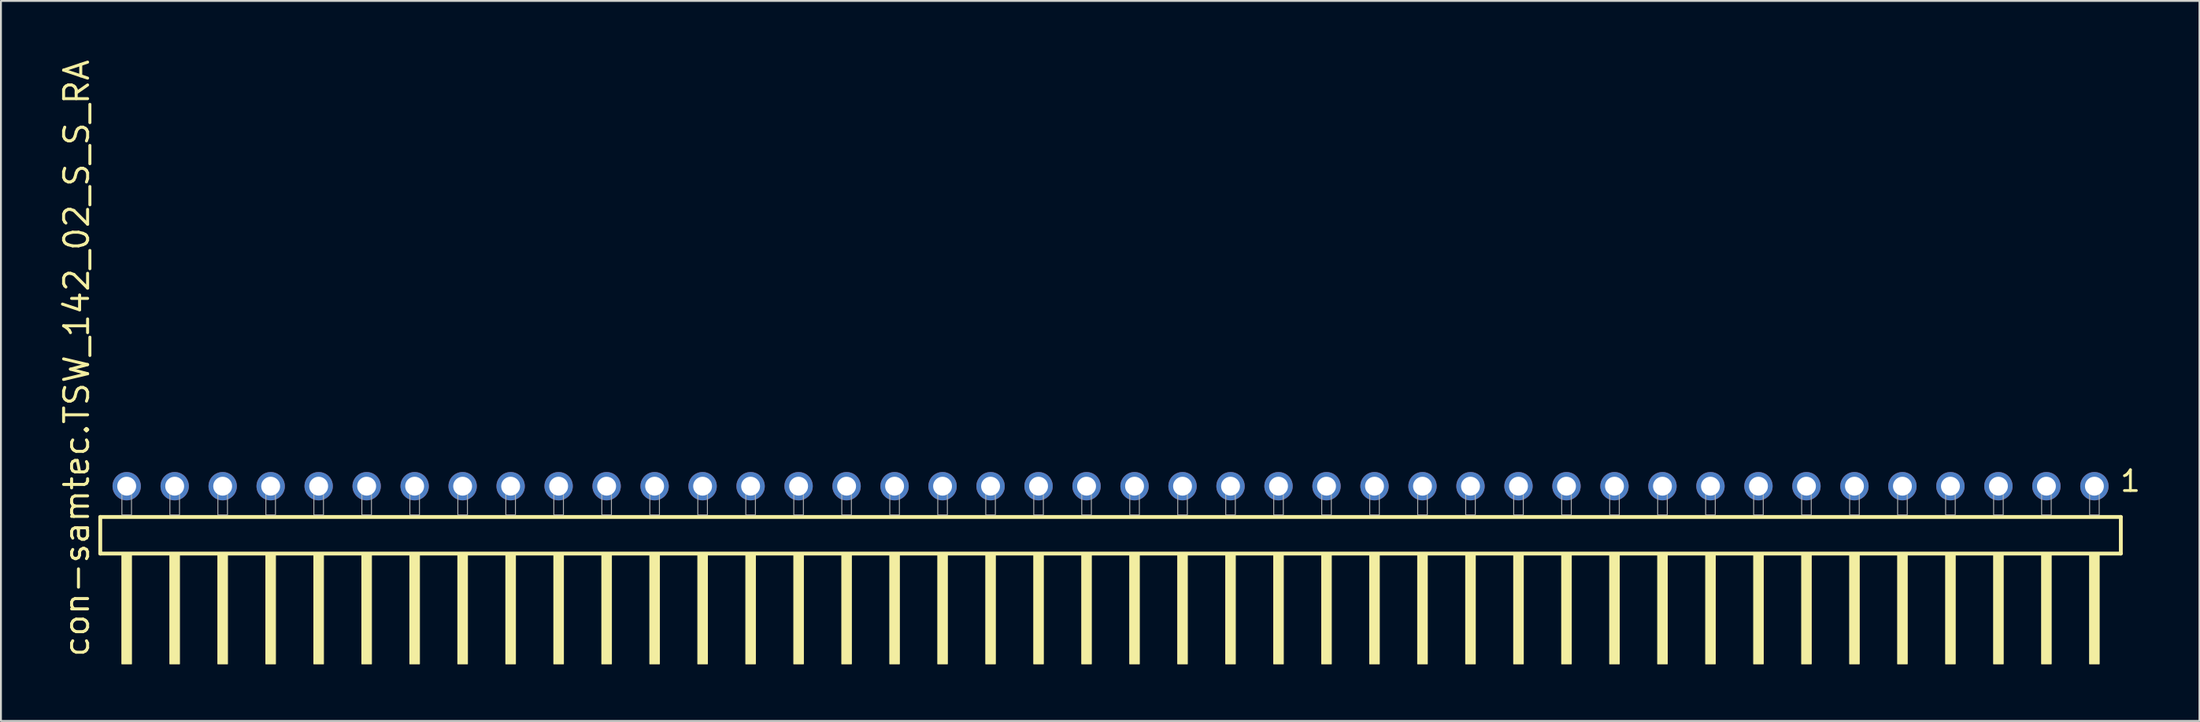
<source format=kicad_pcb>
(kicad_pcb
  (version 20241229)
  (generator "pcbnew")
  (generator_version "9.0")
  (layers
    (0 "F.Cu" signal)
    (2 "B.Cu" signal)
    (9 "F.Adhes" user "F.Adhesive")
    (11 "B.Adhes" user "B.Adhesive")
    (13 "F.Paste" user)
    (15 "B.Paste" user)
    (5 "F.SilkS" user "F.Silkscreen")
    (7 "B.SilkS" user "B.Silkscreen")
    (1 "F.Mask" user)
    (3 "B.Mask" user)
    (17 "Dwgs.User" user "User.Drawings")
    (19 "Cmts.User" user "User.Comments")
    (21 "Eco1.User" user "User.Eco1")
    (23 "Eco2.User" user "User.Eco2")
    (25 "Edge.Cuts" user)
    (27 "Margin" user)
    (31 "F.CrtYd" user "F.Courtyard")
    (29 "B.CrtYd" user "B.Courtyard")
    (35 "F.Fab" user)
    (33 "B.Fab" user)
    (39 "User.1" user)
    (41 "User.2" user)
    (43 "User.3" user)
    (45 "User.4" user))
  (footprint "con-samtec.TSW_142_02_S_S_RA"
    (layer "F.Cu")
    (at 55.725 24.235)
    (property "Reference" "con-samtec.TSW_142_02_S_S_RA" (at -53.975 7.62 90) (layer "F.SilkS") (effects (font (size 1.27 1.27) (thickness 0.16)) (justify left bottom)))
    (attr through_hole)
    (fp_line (start -53.469 0.106) (end -53.469 2.046) (stroke (width 0.203) (type default)) (layer "F.SilkS"))
    (fp_line (start -53.469 2.046) (end 53.469 2.046) (stroke (width 0.203) (type default)) (layer "F.SilkS"))
    (fp_line (start 53.469 0.106) (end -53.469 0.106) (stroke (width 0.203) (type default)) (layer "F.SilkS"))
    (fp_line (start 53.469 2.046) (end 53.469 0.106) (stroke (width 0.203) (type default)) (layer "F.SilkS"))
    (fp_rect (start -52.324 7.89) (end -51.816 2.04) (stroke (width 0.05) (type default)) (fill yes) (layer "F.SilkS"))
    (fp_rect (start -49.784 7.89) (end -49.276 2.04) (stroke (width 0.05) (type default)) (fill yes) (layer "F.SilkS"))
    (fp_rect (start -47.244 7.89) (end -46.736 2.04) (stroke (width 0.05) (type default)) (fill yes) (layer "F.SilkS"))
    (fp_rect (start -44.704 7.89) (end -44.196 2.04) (stroke (width 0.05) (type default)) (fill yes) (layer "F.SilkS"))
    (fp_rect (start -42.164 7.89) (end -41.656 2.04) (stroke (width 0.05) (type default)) (fill yes) (layer "F.SilkS"))
    (fp_rect (start -39.624 7.89) (end -39.116 2.04) (stroke (width 0.05) (type default)) (fill yes) (layer "F.SilkS"))
    (fp_rect (start -37.084 7.89) (end -36.576 2.04) (stroke (width 0.05) (type default)) (fill yes) (layer "F.SilkS"))
    (fp_rect (start -34.544 7.89) (end -34.036 2.04) (stroke (width 0.05) (type default)) (fill yes) (layer "F.SilkS"))
    (fp_rect (start -32.004 7.89) (end -31.496 2.04) (stroke (width 0.05) (type default)) (fill yes) (layer "F.SilkS"))
    (fp_rect (start -29.464 7.89) (end -28.956 2.04) (stroke (width 0.05) (type default)) (fill yes) (layer "F.SilkS"))
    (fp_rect (start -26.924 7.89) (end -26.416 2.04) (stroke (width 0.05) (type default)) (fill yes) (layer "F.SilkS"))
    (fp_rect (start -24.384 7.89) (end -23.876 2.04) (stroke (width 0.05) (type default)) (fill yes) (layer "F.SilkS"))
    (fp_rect (start -21.844 7.89) (end -21.336 2.04) (stroke (width 0.05) (type default)) (fill yes) (layer "F.SilkS"))
    (fp_rect (start -19.304 7.89) (end -18.796 2.04) (stroke (width 0.05) (type default)) (fill yes) (layer "F.SilkS"))
    (fp_rect (start -16.764 7.89) (end -16.256 2.04) (stroke (width 0.05) (type default)) (fill yes) (layer "F.SilkS"))
    (fp_rect (start -14.224 7.89) (end -13.716 2.04) (stroke (width 0.05) (type default)) (fill yes) (layer "F.SilkS"))
    (fp_rect (start -11.684 7.89) (end -11.176 2.04) (stroke (width 0.05) (type default)) (fill yes) (layer "F.SilkS"))
    (fp_rect (start -9.144 7.89) (end -8.636 2.04) (stroke (width 0.05) (type default)) (fill yes) (layer "F.SilkS"))
    (fp_rect (start -6.604 7.89) (end -6.096 2.04) (stroke (width 0.05) (type default)) (fill yes) (layer "F.SilkS"))
    (fp_rect (start -4.064 7.89) (end -3.556 2.04) (stroke (width 0.05) (type default)) (fill yes) (layer "F.SilkS"))
    (fp_rect (start -1.524 7.89) (end -1.016 2.04) (stroke (width 0.05) (type default)) (fill yes) (layer "F.SilkS"))
    (fp_rect (start 1.016 7.89) (end 1.524 2.04) (stroke (width 0.05) (type default)) (fill yes) (layer "F.SilkS"))
    (fp_rect (start 3.556 7.89) (end 4.064 2.04) (stroke (width 0.05) (type default)) (fill yes) (layer "F.SilkS"))
    (fp_rect (start 6.096 7.89) (end 6.604 2.04) (stroke (width 0.05) (type default)) (fill yes) (layer "F.SilkS"))
    (fp_rect (start 8.636 7.89) (end 9.144 2.04) (stroke (width 0.05) (type default)) (fill yes) (layer "F.SilkS"))
    (fp_rect (start 11.176 7.89) (end 11.684 2.04) (stroke (width 0.05) (type default)) (fill yes) (layer "F.SilkS"))
    (fp_rect (start 13.716 7.89) (end 14.224 2.04) (stroke (width 0.05) (type default)) (fill yes) (layer "F.SilkS"))
    (fp_rect (start 16.256 7.89) (end 16.764 2.04) (stroke (width 0.05) (type default)) (fill yes) (layer "F.SilkS"))
    (fp_rect (start 18.796 7.89) (end 19.304 2.04) (stroke (width 0.05) (type default)) (fill yes) (layer "F.SilkS"))
    (fp_rect (start 21.336 7.89) (end 21.844 2.04) (stroke (width 0.05) (type default)) (fill yes) (layer "F.SilkS"))
    (fp_rect (start 23.876 7.89) (end 24.384 2.04) (stroke (width 0.05) (type default)) (fill yes) (layer "F.SilkS"))
    (fp_rect (start 26.416 7.89) (end 26.924 2.04) (stroke (width 0.05) (type default)) (fill yes) (layer "F.SilkS"))
    (fp_rect (start 28.956 7.89) (end 29.464 2.04) (stroke (width 0.05) (type default)) (fill yes) (layer "F.SilkS"))
    (fp_rect (start 31.496 7.89) (end 32.004 2.04) (stroke (width 0.05) (type default)) (fill yes) (layer "F.SilkS"))
    (fp_rect (start 34.036 7.89) (end 34.544 2.04) (stroke (width 0.05) (type default)) (fill yes) (layer "F.SilkS"))
    (fp_rect (start 36.576 7.89) (end 37.084 2.04) (stroke (width 0.05) (type default)) (fill yes) (layer "F.SilkS"))
    (fp_rect (start 39.116 7.89) (end 39.624 2.04) (stroke (width 0.05) (type default)) (fill yes) (layer "F.SilkS"))
    (fp_rect (start 41.656 7.89) (end 42.164 2.04) (stroke (width 0.05) (type default)) (fill yes) (layer "F.SilkS"))
    (fp_rect (start 44.196 7.89) (end 44.704 2.04) (stroke (width 0.05) (type default)) (fill yes) (layer "F.SilkS"))
    (fp_rect (start 46.736 7.89) (end 47.244 2.04) (stroke (width 0.05) (type default)) (fill yes) (layer "F.SilkS"))
    (fp_rect (start 49.276 7.89) (end 49.784 2.04) (stroke (width 0.05) (type default)) (fill yes) (layer "F.SilkS"))
    (fp_rect (start 51.816 7.89) (end 52.324 2.04) (stroke (width 0.05) (type default)) (fill yes) (layer "F.SilkS"))
    (fp_rect (start -52.324 0) (end -51.816 -1.778) (stroke (width 0.05) (type default)) (fill no) (layer "F.Fab"))
    (fp_rect (start -49.784 0) (end -49.276 -1.778) (stroke (width 0.05) (type default)) (fill no) (layer "F.Fab"))
    (fp_rect (start -47.244 0) (end -46.736 -1.778) (stroke (width 0.05) (type default)) (fill no) (layer "F.Fab"))
    (fp_rect (start -44.704 0) (end -44.196 -1.778) (stroke (width 0.05) (type default)) (fill no) (layer "F.Fab"))
    (fp_rect (start -42.164 0) (end -41.656 -1.778) (stroke (width 0.05) (type default)) (fill no) (layer "F.Fab"))
    (fp_rect (start -39.624 0) (end -39.116 -1.778) (stroke (width 0.05) (type default)) (fill no) (layer "F.Fab"))
    (fp_rect (start -37.084 0) (end -36.576 -1.778) (stroke (width 0.05) (type default)) (fill no) (layer "F.Fab"))
    (fp_rect (start -34.544 0) (end -34.036 -1.778) (stroke (width 0.05) (type default)) (fill no) (layer "F.Fab"))
    (fp_rect (start -32.004 0) (end -31.496 -1.778) (stroke (width 0.05) (type default)) (fill no) (layer "F.Fab"))
    (fp_rect (start -29.464 0) (end -28.956 -1.778) (stroke (width 0.05) (type default)) (fill no) (layer "F.Fab"))
    (fp_rect (start -26.924 0) (end -26.416 -1.778) (stroke (width 0.05) (type default)) (fill no) (layer "F.Fab"))
    (fp_rect (start -24.384 0) (end -23.876 -1.778) (stroke (width 0.05) (type default)) (fill no) (layer "F.Fab"))
    (fp_rect (start -21.844 0) (end -21.336 -1.778) (stroke (width 0.05) (type default)) (fill no) (layer "F.Fab"))
    (fp_rect (start -19.304 0) (end -18.796 -1.778) (stroke (width 0.05) (type default)) (fill no) (layer "F.Fab"))
    (fp_rect (start -16.764 0) (end -16.256 -1.778) (stroke (width 0.05) (type default)) (fill no) (layer "F.Fab"))
    (fp_rect (start -14.224 0) (end -13.716 -1.778) (stroke (width 0.05) (type default)) (fill no) (layer "F.Fab"))
    (fp_rect (start -11.684 0) (end -11.176 -1.778) (stroke (width 0.05) (type default)) (fill no) (layer "F.Fab"))
    (fp_rect (start -9.144 0) (end -8.636 -1.778) (stroke (width 0.05) (type default)) (fill no) (layer "F.Fab"))
    (fp_rect (start -6.604 0) (end -6.096 -1.778) (stroke (width 0.05) (type default)) (fill no) (layer "F.Fab"))
    (fp_rect (start -4.064 0) (end -3.556 -1.778) (stroke (width 0.05) (type default)) (fill no) (layer "F.Fab"))
    (fp_rect (start -1.524 0) (end -1.016 -1.778) (stroke (width 0.05) (type default)) (fill no) (layer "F.Fab"))
    (fp_rect (start 1.016 0) (end 1.524 -1.778) (stroke (width 0.05) (type default)) (fill no) (layer "F.Fab"))
    (fp_rect (start 3.556 0) (end 4.064 -1.778) (stroke (width 0.05) (type default)) (fill no) (layer "F.Fab"))
    (fp_rect (start 6.096 0) (end 6.604 -1.778) (stroke (width 0.05) (type default)) (fill no) (layer "F.Fab"))
    (fp_rect (start 8.636 0) (end 9.144 -1.778) (stroke (width 0.05) (type default)) (fill no) (layer "F.Fab"))
    (fp_rect (start 11.176 0) (end 11.684 -1.778) (stroke (width 0.05) (type default)) (fill no) (layer "F.Fab"))
    (fp_rect (start 13.716 0) (end 14.224 -1.778) (stroke (width 0.05) (type default)) (fill no) (layer "F.Fab"))
    (fp_rect (start 16.256 0) (end 16.764 -1.778) (stroke (width 0.05) (type default)) (fill no) (layer "F.Fab"))
    (fp_rect (start 18.796 0) (end 19.304 -1.778) (stroke (width 0.05) (type default)) (fill no) (layer "F.Fab"))
    (fp_rect (start 21.336 0) (end 21.844 -1.778) (stroke (width 0.05) (type default)) (fill no) (layer "F.Fab"))
    (fp_rect (start 23.876 0) (end 24.384 -1.778) (stroke (width 0.05) (type default)) (fill no) (layer "F.Fab"))
    (fp_rect (start 26.416 0) (end 26.924 -1.778) (stroke (width 0.05) (type default)) (fill no) (layer "F.Fab"))
    (fp_rect (start 28.956 0) (end 29.464 -1.778) (stroke (width 0.05) (type default)) (fill no) (layer "F.Fab"))
    (fp_rect (start 31.496 0) (end 32.004 -1.778) (stroke (width 0.05) (type default)) (fill no) (layer "F.Fab"))
    (fp_rect (start 34.036 0) (end 34.544 -1.778) (stroke (width 0.05) (type default)) (fill no) (layer "F.Fab"))
    (fp_rect (start 36.576 0) (end 37.084 -1.778) (stroke (width 0.05) (type default)) (fill no) (layer "F.Fab"))
    (fp_rect (start 39.116 0) (end 39.624 -1.778) (stroke (width 0.05) (type default)) (fill no) (layer "F.Fab"))
    (fp_rect (start 41.656 0) (end 42.164 -1.778) (stroke (width 0.05) (type default)) (fill no) (layer "F.Fab"))
    (fp_rect (start 44.196 0) (end 44.704 -1.778) (stroke (width 0.05) (type default)) (fill no) (layer "F.Fab"))
    (fp_rect (start 46.736 0) (end 47.244 -1.778) (stroke (width 0.05) (type default)) (fill no) (layer "F.Fab"))
    (fp_rect (start 49.276 0) (end 49.784 -1.778) (stroke (width 0.05) (type default)) (fill no) (layer "F.Fab"))
    (fp_rect (start 51.816 0) (end 52.324 -1.778) (stroke (width 0.05) (type default)) (fill no) (layer "F.Fab"))
    (fp_text user "1" (at 53.352 -1.152 0) (layer "F.SilkS") (effects (font (size 1.1 1.1) (thickness 0.15)) (justify left bottom)))
    (pad "1" thru_hole circle (at 52.07 -1.524 180) (size 1.5 1.5) (drill 1) (layers "*.Cu" "*.Mask"))
    (pad "2" thru_hole circle (at 49.53 -1.524 180) (size 1.5 1.5) (drill 1) (layers "*.Cu" "*.Mask"))
    (pad "3" thru_hole circle (at 46.99 -1.524 180) (size 1.5 1.5) (drill 1) (layers "*.Cu" "*.Mask"))
    (pad "4" thru_hole circle (at 44.45 -1.524 180) (size 1.5 1.5) (drill 1) (layers "*.Cu" "*.Mask"))
    (pad "5" thru_hole circle (at 41.91 -1.524 180) (size 1.5 1.5) (drill 1) (layers "*.Cu" "*.Mask"))
    (pad "6" thru_hole circle (at 39.37 -1.524 180) (size 1.5 1.5) (drill 1) (layers "*.Cu" "*.Mask"))
    (pad "7" thru_hole circle (at 36.83 -1.524 180) (size 1.5 1.5) (drill 1) (layers "*.Cu" "*.Mask"))
    (pad "8" thru_hole circle (at 34.29 -1.524 180) (size 1.5 1.5) (drill 1) (layers "*.Cu" "*.Mask"))
    (pad "9" thru_hole circle (at 31.75 -1.524 180) (size 1.5 1.5) (drill 1) (layers "*.Cu" "*.Mask"))
    (pad "10" thru_hole circle (at 29.21 -1.524 180) (size 1.5 1.5) (drill 1) (layers "*.Cu" "*.Mask"))
    (pad "11" thru_hole circle (at 26.67 -1.524 180) (size 1.5 1.5) (drill 1) (layers "*.Cu" "*.Mask"))
    (pad "12" thru_hole circle (at 24.13 -1.524 180) (size 1.5 1.5) (drill 1) (layers "*.Cu" "*.Mask"))
    (pad "13" thru_hole circle (at 21.59 -1.524 180) (size 1.5 1.5) (drill 1) (layers "*.Cu" "*.Mask"))
    (pad "14" thru_hole circle (at 19.05 -1.524 180) (size 1.5 1.5) (drill 1) (layers "*.Cu" "*.Mask"))
    (pad "15" thru_hole circle (at 16.51 -1.524 180) (size 1.5 1.5) (drill 1) (layers "*.Cu" "*.Mask"))
    (pad "16" thru_hole circle (at 13.97 -1.524 180) (size 1.5 1.5) (drill 1) (layers "*.Cu" "*.Mask"))
    (pad "17" thru_hole circle (at 11.43 -1.524 180) (size 1.5 1.5) (drill 1) (layers "*.Cu" "*.Mask"))
    (pad "18" thru_hole circle (at 8.89 -1.524 180) (size 1.5 1.5) (drill 1) (layers "*.Cu" "*.Mask"))
    (pad "19" thru_hole circle (at 6.35 -1.524 180) (size 1.5 1.5) (drill 1) (layers "*.Cu" "*.Mask"))
    (pad "20" thru_hole circle (at 3.81 -1.524 180) (size 1.5 1.5) (drill 1) (layers "*.Cu" "*.Mask"))
    (pad "21" thru_hole circle (at 1.27 -1.524 180) (size 1.5 1.5) (drill 1) (layers "*.Cu" "*.Mask"))
    (pad "22" thru_hole circle (at -1.27 -1.524 180) (size 1.5 1.5) (drill 1) (layers "*.Cu" "*.Mask"))
    (pad "23" thru_hole circle (at -3.81 -1.524 180) (size 1.5 1.5) (drill 1) (layers "*.Cu" "*.Mask"))
    (pad "24" thru_hole circle (at -6.35 -1.524 180) (size 1.5 1.5) (drill 1) (layers "*.Cu" "*.Mask"))
    (pad "25" thru_hole circle (at -8.89 -1.524 180) (size 1.5 1.5) (drill 1) (layers "*.Cu" "*.Mask"))
    (pad "26" thru_hole circle (at -11.43 -1.524 180) (size 1.5 1.5) (drill 1) (layers "*.Cu" "*.Mask"))
    (pad "27" thru_hole circle (at -13.97 -1.524 180) (size 1.5 1.5) (drill 1) (layers "*.Cu" "*.Mask"))
    (pad "28" thru_hole circle (at -16.51 -1.524 180) (size 1.5 1.5) (drill 1) (layers "*.Cu" "*.Mask"))
    (pad "29" thru_hole circle (at -19.05 -1.524 180) (size 1.5 1.5) (drill 1) (layers "*.Cu" "*.Mask"))
    (pad "30" thru_hole circle (at -21.59 -1.524 180) (size 1.5 1.5) (drill 1) (layers "*.Cu" "*.Mask"))
    (pad "31" thru_hole circle (at -24.13 -1.524 180) (size 1.5 1.5) (drill 1) (layers "*.Cu" "*.Mask"))
    (pad "32" thru_hole circle (at -26.67 -1.524 180) (size 1.5 1.5) (drill 1) (layers "*.Cu" "*.Mask"))
    (pad "33" thru_hole circle (at -29.21 -1.524 180) (size 1.5 1.5) (drill 1) (layers "*.Cu" "*.Mask"))
    (pad "34" thru_hole circle (at -31.75 -1.524 180) (size 1.5 1.5) (drill 1) (layers "*.Cu" "*.Mask"))
    (pad "35" thru_hole circle (at -34.29 -1.524 180) (size 1.5 1.5) (drill 1) (layers "*.Cu" "*.Mask"))
    (pad "36" thru_hole circle (at -36.83 -1.524 180) (size 1.5 1.5) (drill 1) (layers "*.Cu" "*.Mask"))
    (pad "37" thru_hole circle (at -39.37 -1.524 180) (size 1.5 1.5) (drill 1) (layers "*.Cu" "*.Mask"))
    (pad "38" thru_hole circle (at -41.91 -1.524 180) (size 1.5 1.5) (drill 1) (layers "*.Cu" "*.Mask"))
    (pad "39" thru_hole circle (at -44.45 -1.524 180) (size 1.5 1.5) (drill 1) (layers "*.Cu" "*.Mask"))
    (pad "40" thru_hole circle (at -46.99 -1.524 180) (size 1.5 1.5) (drill 1) (layers "*.Cu" "*.Mask"))
    (pad "41" thru_hole circle (at -49.53 -1.524 180) (size 1.5 1.5) (drill 1) (layers "*.Cu" "*.Mask"))
    (pad "42" thru_hole circle (at -52.07 -1.524 180) (size 1.5 1.5) (drill 1) (layers "*.Cu" "*.Mask")))
  (gr_rect
    (start -3 -3)
    (end 113.355 35.15)
    (stroke (width 0.1) (type default))
    (fill no)
    (layer "Edge.Cuts")))
</source>
